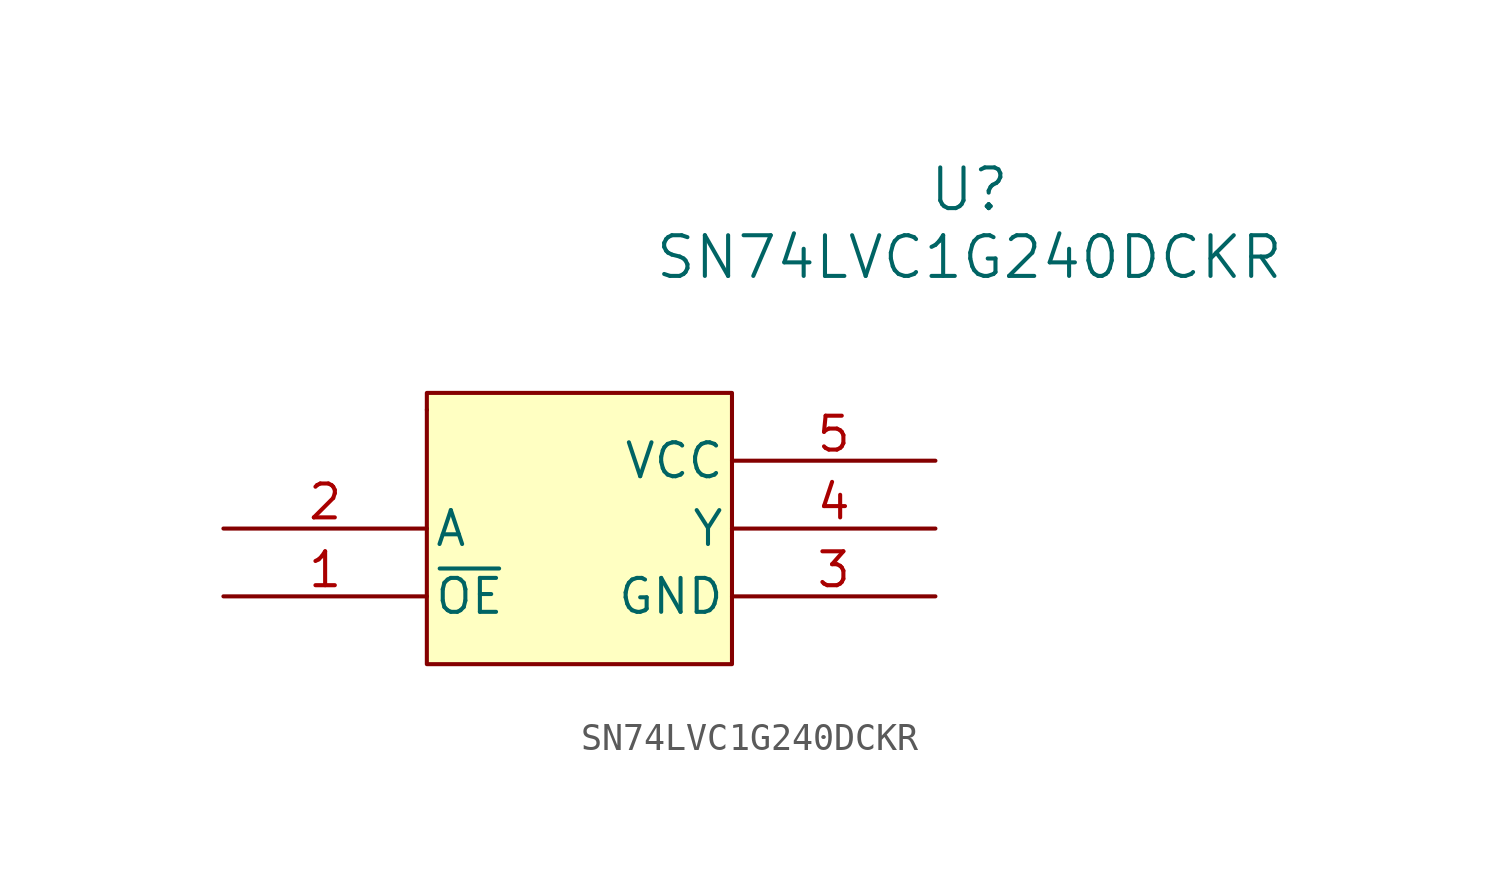
<source format=kicad_sym>
(kicad_symbol_lib
  (version 20231120)
  (generator "kicad_symbol_editor")
  (generator_version "8.0")
  (symbol "SN74LVC1G240DCKR"
    (pin_names
      (offset 0.254))
    (property "Reference" "U"
      (at 27.94 10.16 0)
      (effects (font (size 1.524 1.524))))
    (property "Value" "SN74LVC1G240DCKR"
      (at 27.94 7.62 0)
      (effects (font (size 1.524 1.524))))
    (property "ki_locked" ""
      (at 0 0 0)
      (effects (font (size 1.27 1.27))))
    (symbol "SN74LVC1G240DCKR_0_1"
      (pin input line (at 0 -2.54 0) (length 7.62) (name "A" (effects (font (size 1.27 1.27)))) (number "2" (effects (font (size 1.27 1.27)))))
      (pin power_in line (at 26.67 -5.08 180) (length 7.62) (name "GND" (effects (font (size 1.27 1.27)))) (number "3" (effects (font (size 1.27 1.27)))))
      (pin power_in line (at 26.67 0 180) (length 7.62) (name "VCC" (effects (font (size 1.27 1.27)))) (number "5" (effects (font (size 1.27 1.27))))))
    (symbol "SN74LVC1G240DCKR_1_1"
      (rectangle (start 7.62 1.905) (end 7.62 1.905) (stroke (width 0) (type default)) (fill (type none)))
      (rectangle (start 7.62 2.54) (end 19.05 -7.62) (stroke (width 0) (type default)) (fill (type background)))
      (pin input line (at 0 -5.08 0) (length 7.62) (name "~{OE}" (effects (font (size 1.27 1.27)))) (number "1" (effects (font (size 1.27 1.27)))))
      (pin output line (at 26.67 -2.54 180) (length 7.62) (name "Y" (effects (font (size 1.27 1.27)))) (number "4" (effects (font (size 1.27 1.27))))))))
</source>
